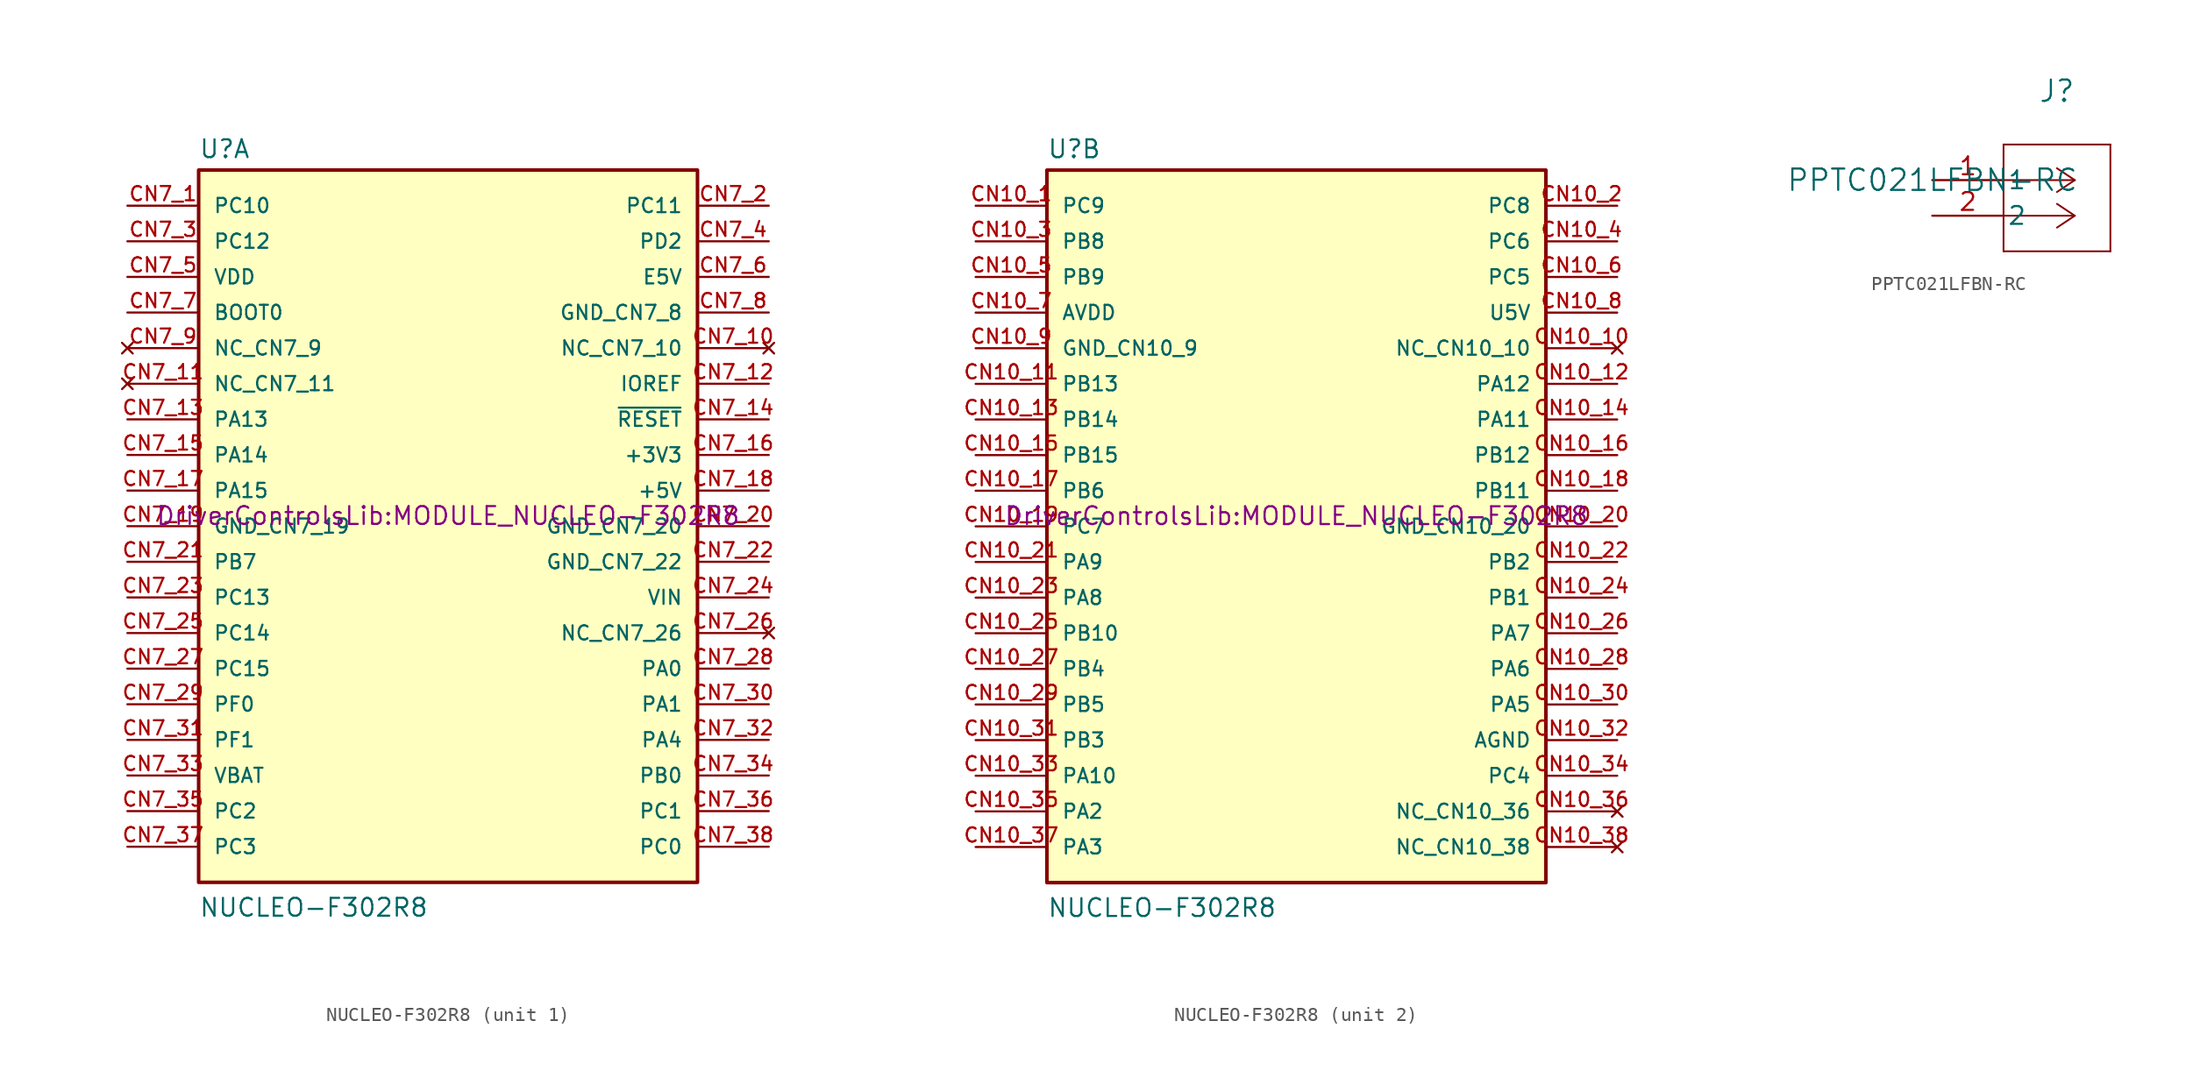
<source format=kicad_sym>
(kicad_symbol_lib
  (version 20241209)
  (generator "kicad_symbol_editor")
  (generator_version "9.0")
  (symbol "NUCLEO-F302R8"
    (pin_names
      (offset 1.016))
    (property "Reference" "U"
      (at -17.78 26.162 0)
      (effects (font (size 1.27 1.27)) (justify left bottom)))
    (property "Value" "NUCLEO-F302R8"
      (at -17.78 -27.94 0)
      (effects (font (size 1.27 1.27)) (justify left bottom)))
    (property "Footprint" "DriverControlsLib:MODULE_NUCLEO-F302R8"
      (at 0 0 0)
      (effects (font (size 1.27 1.27)) (justify bottom)))
    (symbol "NUCLEO-F302R8_1_0"
      (rectangle (start -17.78 -25.4) (end 17.78 25.4) (stroke (width 0.254) (type default)) (fill (type background)))
      (pin bidirectional line (at -22.86 22.86 0) (length 5.08) (name "PC10" (effects (font (size 1.016 1.016)))) (number "CN7_1" (effects (font (size 1.016 1.016)))))
      (pin bidirectional line (at -22.86 20.32 0) (length 5.08) (name "PC12" (effects (font (size 1.016 1.016)))) (number "CN7_3" (effects (font (size 1.016 1.016)))))
      (pin power_in line (at -22.86 17.78 0) (length 5.08) (name "VDD" (effects (font (size 1.016 1.016)))) (number "CN7_5" (effects (font (size 1.016 1.016)))))
      (pin input line (at -22.86 15.24 0) (length 5.08) (name "BOOT0" (effects (font (size 1.016 1.016)))) (number "CN7_7" (effects (font (size 1.016 1.016)))))
      (pin no_connect line (at -22.86 12.7 0) (length 5.08) (name "NC_CN7_9" (effects (font (size 1.016 1.016)))) (number "CN7_9" (effects (font (size 1.016 1.016)))))
      (pin no_connect line (at -22.86 10.16 0) (length 5.08) (name "NC_CN7_11" (effects (font (size 1.016 1.016)))) (number "CN7_11" (effects (font (size 1.016 1.016)))))
      (pin bidirectional line (at -22.86 7.62 0) (length 5.08) (name "PA13" (effects (font (size 1.016 1.016)))) (number "CN7_13" (effects (font (size 1.016 1.016)))))
      (pin bidirectional line (at -22.86 5.08 0) (length 5.08) (name "PA14" (effects (font (size 1.016 1.016)))) (number "CN7_15" (effects (font (size 1.016 1.016)))))
      (pin bidirectional line (at -22.86 2.54 0) (length 5.08) (name "PA15" (effects (font (size 1.016 1.016)))) (number "CN7_17" (effects (font (size 1.016 1.016)))))
      (pin power_in line (at -22.86 0 0) (length 5.08) (name "GND_CN7_19" (effects (font (size 1.016 1.016)))) (number "CN7_19" (effects (font (size 1.016 1.016)))))
      (pin bidirectional line (at -22.86 -2.54 0) (length 5.08) (name "PB7" (effects (font (size 1.016 1.016)))) (number "CN7_21" (effects (font (size 1.016 1.016)))))
      (pin bidirectional line (at -22.86 -5.08 0) (length 5.08) (name "PC13" (effects (font (size 1.016 1.016)))) (number "CN7_23" (effects (font (size 1.016 1.016)))))
      (pin bidirectional line (at -22.86 -7.62 0) (length 5.08) (name "PC14" (effects (font (size 1.016 1.016)))) (number "CN7_25" (effects (font (size 1.016 1.016)))))
      (pin bidirectional line (at -22.86 -10.16 0) (length 5.08) (name "PC15" (effects (font (size 1.016 1.016)))) (number "CN7_27" (effects (font (size 1.016 1.016)))))
      (pin bidirectional line (at -22.86 -12.7 0) (length 5.08) (name "PF0" (effects (font (size 1.016 1.016)))) (number "CN7_29" (effects (font (size 1.016 1.016)))))
      (pin bidirectional line (at -22.86 -15.24 0) (length 5.08) (name "PF1" (effects (font (size 1.016 1.016)))) (number "CN7_31" (effects (font (size 1.016 1.016)))))
      (pin power_in line (at -22.86 -17.78 0) (length 5.08) (name "VBAT" (effects (font (size 1.016 1.016)))) (number "CN7_33" (effects (font (size 1.016 1.016)))))
      (pin bidirectional line (at -22.86 -20.32 0) (length 5.08) (name "PC2" (effects (font (size 1.016 1.016)))) (number "CN7_35" (effects (font (size 1.016 1.016)))))
      (pin bidirectional line (at -22.86 -22.86 0) (length 5.08) (name "PC3" (effects (font (size 1.016 1.016)))) (number "CN7_37" (effects (font (size 1.016 1.016)))))
      (pin bidirectional line (at 22.86 22.86 180) (length 5.08) (name "PC11" (effects (font (size 1.016 1.016)))) (number "CN7_2" (effects (font (size 1.016 1.016)))))
      (pin bidirectional line (at 22.86 20.32 180) (length 5.08) (name "PD2" (effects (font (size 1.016 1.016)))) (number "CN7_4" (effects (font (size 1.016 1.016)))))
      (pin power_in line (at 22.86 17.78 180) (length 5.08) (name "E5V" (effects (font (size 1.016 1.016)))) (number "CN7_6" (effects (font (size 1.016 1.016)))))
      (pin power_in line (at 22.86 15.24 180) (length 5.08) (name "GND_CN7_8" (effects (font (size 1.016 1.016)))) (number "CN7_8" (effects (font (size 1.016 1.016)))))
      (pin no_connect line (at 22.86 12.7 180) (length 5.08) (name "NC_CN7_10" (effects (font (size 1.016 1.016)))) (number "CN7_10" (effects (font (size 1.016 1.016)))))
      (pin input line (at 22.86 10.16 180) (length 5.08) (name "IOREF" (effects (font (size 1.016 1.016)))) (number "CN7_12" (effects (font (size 1.016 1.016)))))
      (pin bidirectional line (at 22.86 7.62 180) (length 5.08) (name "~{RESET}" (effects (font (size 1.016 1.016)))) (number "CN7_14" (effects (font (size 1.016 1.016)))))
      (pin power_in line (at 22.86 5.08 180) (length 5.08) (name "+3V3" (effects (font (size 1.016 1.016)))) (number "CN7_16" (effects (font (size 1.016 1.016)))))
      (pin power_in line (at 22.86 2.54 180) (length 5.08) (name "+5V" (effects (font (size 1.016 1.016)))) (number "CN7_18" (effects (font (size 1.016 1.016)))))
      (pin power_in line (at 22.86 0 180) (length 5.08) (name "GND_CN7_20" (effects (font (size 1.016 1.016)))) (number "CN7_20" (effects (font (size 1.016 1.016)))))
      (pin power_in line (at 22.86 -2.54 180) (length 5.08) (name "GND_CN7_22" (effects (font (size 1.016 1.016)))) (number "CN7_22" (effects (font (size 1.016 1.016)))))
      (pin power_in line (at 22.86 -5.08 180) (length 5.08) (name "VIN" (effects (font (size 1.016 1.016)))) (number "CN7_24" (effects (font (size 1.016 1.016)))))
      (pin no_connect line (at 22.86 -7.62 180) (length 5.08) (name "NC_CN7_26" (effects (font (size 1.016 1.016)))) (number "CN7_26" (effects (font (size 1.016 1.016)))))
      (pin bidirectional line (at 22.86 -10.16 180) (length 5.08) (name "PA0" (effects (font (size 1.016 1.016)))) (number "CN7_28" (effects (font (size 1.016 1.016)))))
      (pin bidirectional line (at 22.86 -12.7 180) (length 5.08) (name "PA1" (effects (font (size 1.016 1.016)))) (number "CN7_30" (effects (font (size 1.016 1.016)))))
      (pin bidirectional line (at 22.86 -15.24 180) (length 5.08) (name "PA4" (effects (font (size 1.016 1.016)))) (number "CN7_32" (effects (font (size 1.016 1.016)))))
      (pin bidirectional line (at 22.86 -17.78 180) (length 5.08) (name "PB0" (effects (font (size 1.016 1.016)))) (number "CN7_34" (effects (font (size 1.016 1.016)))))
      (pin bidirectional line (at 22.86 -20.32 180) (length 5.08) (name "PC1" (effects (font (size 1.016 1.016)))) (number "CN7_36" (effects (font (size 1.016 1.016)))))
      (pin bidirectional line (at 22.86 -22.86 180) (length 5.08) (name "PC0" (effects (font (size 1.016 1.016)))) (number "CN7_38" (effects (font (size 1.016 1.016))))))
    (symbol "NUCLEO-F302R8_2_0"
      (rectangle (start -17.78 -25.4) (end 17.78 25.4) (stroke (width 0.254) (type default)) (fill (type background)))
      (pin bidirectional line (at -22.86 22.86 0) (length 5.08) (name "PC9" (effects (font (size 1.016 1.016)))) (number "CN10_1" (effects (font (size 1.016 1.016)))))
      (pin bidirectional line (at -22.86 20.32 0) (length 5.08) (name "PB8" (effects (font (size 1.016 1.016)))) (number "CN10_3" (effects (font (size 1.016 1.016)))))
      (pin bidirectional line (at -22.86 17.78 0) (length 5.08) (name "PB9" (effects (font (size 1.016 1.016)))) (number "CN10_5" (effects (font (size 1.016 1.016)))))
      (pin power_in line (at -22.86 15.24 0) (length 5.08) (name "AVDD" (effects (font (size 1.016 1.016)))) (number "CN10_7" (effects (font (size 1.016 1.016)))))
      (pin power_in line (at -22.86 12.7 0) (length 5.08) (name "GND_CN10_9" (effects (font (size 1.016 1.016)))) (number "CN10_9" (effects (font (size 1.016 1.016)))))
      (pin bidirectional line (at -22.86 10.16 0) (length 5.08) (name "PB13" (effects (font (size 1.016 1.016)))) (number "CN10_11" (effects (font (size 1.016 1.016)))))
      (pin bidirectional line (at -22.86 7.62 0) (length 5.08) (name "PB14" (effects (font (size 1.016 1.016)))) (number "CN10_13" (effects (font (size 1.016 1.016)))))
      (pin bidirectional line (at -22.86 5.08 0) (length 5.08) (name "PB15" (effects (font (size 1.016 1.016)))) (number "CN10_15" (effects (font (size 1.016 1.016)))))
      (pin bidirectional line (at -22.86 2.54 0) (length 5.08) (name "PB6" (effects (font (size 1.016 1.016)))) (number "CN10_17" (effects (font (size 1.016 1.016)))))
      (pin bidirectional line (at -22.86 0 0) (length 5.08) (name "PC7" (effects (font (size 1.016 1.016)))) (number "CN10_19" (effects (font (size 1.016 1.016)))))
      (pin bidirectional line (at -22.86 -2.54 0) (length 5.08) (name "PA9" (effects (font (size 1.016 1.016)))) (number "CN10_21" (effects (font (size 1.016 1.016)))))
      (pin bidirectional line (at -22.86 -5.08 0) (length 5.08) (name "PA8" (effects (font (size 1.016 1.016)))) (number "CN10_23" (effects (font (size 1.016 1.016)))))
      (pin bidirectional line (at -22.86 -7.62 0) (length 5.08) (name "PB10" (effects (font (size 1.016 1.016)))) (number "CN10_25" (effects (font (size 1.016 1.016)))))
      (pin bidirectional line (at -22.86 -10.16 0) (length 5.08) (name "PB4" (effects (font (size 1.016 1.016)))) (number "CN10_27" (effects (font (size 1.016 1.016)))))
      (pin bidirectional line (at -22.86 -12.7 0) (length 5.08) (name "PB5" (effects (font (size 1.016 1.016)))) (number "CN10_29" (effects (font (size 1.016 1.016)))))
      (pin bidirectional line (at -22.86 -15.24 0) (length 5.08) (name "PB3" (effects (font (size 1.016 1.016)))) (number "CN10_31" (effects (font (size 1.016 1.016)))))
      (pin bidirectional line (at -22.86 -17.78 0) (length 5.08) (name "PA10" (effects (font (size 1.016 1.016)))) (number "CN10_33" (effects (font (size 1.016 1.016)))))
      (pin bidirectional line (at -22.86 -20.32 0) (length 5.08) (name "PA2" (effects (font (size 1.016 1.016)))) (number "CN10_35" (effects (font (size 1.016 1.016)))))
      (pin bidirectional line (at -22.86 -22.86 0) (length 5.08) (name "PA3" (effects (font (size 1.016 1.016)))) (number "CN10_37" (effects (font (size 1.016 1.016)))))
      (pin bidirectional line (at 22.86 22.86 180) (length 5.08) (name "PC8" (effects (font (size 1.016 1.016)))) (number "CN10_2" (effects (font (size 1.016 1.016)))))
      (pin bidirectional line (at 22.86 20.32 180) (length 5.08) (name "PC6" (effects (font (size 1.016 1.016)))) (number "CN10_4" (effects (font (size 1.016 1.016)))))
      (pin bidirectional line (at 22.86 17.78 180) (length 5.08) (name "PC5" (effects (font (size 1.016 1.016)))) (number "CN10_6" (effects (font (size 1.016 1.016)))))
      (pin power_in line (at 22.86 15.24 180) (length 5.08) (name "U5V" (effects (font (size 1.016 1.016)))) (number "CN10_8" (effects (font (size 1.016 1.016)))))
      (pin no_connect line (at 22.86 12.7 180) (length 5.08) (name "NC_CN10_10" (effects (font (size 1.016 1.016)))) (number "CN10_10" (effects (font (size 1.016 1.016)))))
      (pin bidirectional line (at 22.86 10.16 180) (length 5.08) (name "PA12" (effects (font (size 1.016 1.016)))) (number "CN10_12" (effects (font (size 1.016 1.016)))))
      (pin bidirectional line (at 22.86 7.62 180) (length 5.08) (name "PA11" (effects (font (size 1.016 1.016)))) (number "CN10_14" (effects (font (size 1.016 1.016)))))
      (pin bidirectional line (at 22.86 5.08 180) (length 5.08) (name "PB12" (effects (font (size 1.016 1.016)))) (number "CN10_16" (effects (font (size 1.016 1.016)))))
      (pin bidirectional line (at 22.86 2.54 180) (length 5.08) (name "PB11" (effects (font (size 1.016 1.016)))) (number "CN10_18" (effects (font (size 1.016 1.016)))))
      (pin power_in line (at 22.86 0 180) (length 5.08) (name "GND_CN10_20" (effects (font (size 1.016 1.016)))) (number "CN10_20" (effects (font (size 1.016 1.016)))))
      (pin bidirectional line (at 22.86 -2.54 180) (length 5.08) (name "PB2" (effects (font (size 1.016 1.016)))) (number "CN10_22" (effects (font (size 1.016 1.016)))))
      (pin bidirectional line (at 22.86 -5.08 180) (length 5.08) (name "PB1" (effects (font (size 1.016 1.016)))) (number "CN10_24" (effects (font (size 1.016 1.016)))))
      (pin bidirectional line (at 22.86 -7.62 180) (length 5.08) (name "PA7" (effects (font (size 1.016 1.016)))) (number "CN10_26" (effects (font (size 1.016 1.016)))))
      (pin bidirectional line (at 22.86 -10.16 180) (length 5.08) (name "PA6" (effects (font (size 1.016 1.016)))) (number "CN10_28" (effects (font (size 1.016 1.016)))))
      (pin bidirectional line (at 22.86 -12.7 180) (length 5.08) (name "PA5" (effects (font (size 1.016 1.016)))) (number "CN10_30" (effects (font (size 1.016 1.016)))))
      (pin power_in line (at 22.86 -15.24 180) (length 5.08) (name "AGND" (effects (font (size 1.016 1.016)))) (number "CN10_32" (effects (font (size 1.016 1.016)))))
      (pin bidirectional line (at 22.86 -17.78 180) (length 5.08) (name "PC4" (effects (font (size 1.016 1.016)))) (number "CN10_34" (effects (font (size 1.016 1.016)))))
      (pin no_connect line (at 22.86 -20.32 180) (length 5.08) (name "NC_CN10_36" (effects (font (size 1.016 1.016)))) (number "CN10_36" (effects (font (size 1.016 1.016)))))
      (pin no_connect line (at 22.86 -22.86 180) (length 5.08) (name "NC_CN10_38" (effects (font (size 1.016 1.016)))) (number "CN10_38" (effects (font (size 1.016 1.016)))))))
  (symbol "PPTC021LFBN-RC"
    (pin_names
      (offset 0.254))
    (property "Reference" "J"
      (at 8.89 6.35 0)
      (effects (font (size 1.524 1.524))))
    (property "Value" "PPTC021LFBN-RC"
      (at 0 0 0)
      (effects (font (size 1.524 1.524))))
    (symbol "PPTC021LFBN-RC_0_1"
      (polyline (pts (xy 5.08 2.54) (xy 5.08 -5.08)) (stroke (width 0.127) (type default)) (fill (type none)))
      (polyline (pts (xy 5.08 -5.08) (xy 12.7 -5.08)) (stroke (width 0.127) (type default)) (fill (type none)))
      (polyline (pts (xy 10.16 0) (xy 5.08 0)) (stroke (width 0.127) (type default)) (fill (type none)))
      (polyline (pts (xy 10.16 0) (xy 8.89 0.847)) (stroke (width 0.127) (type default)) (fill (type none)))
      (polyline (pts (xy 10.16 0) (xy 8.89 -0.847)) (stroke (width 0.127) (type default)) (fill (type none)))
      (polyline (pts (xy 10.16 -2.54) (xy 5.08 -2.54)) (stroke (width 0.127) (type default)) (fill (type none)))
      (polyline (pts (xy 10.16 -2.54) (xy 8.89 -1.693)) (stroke (width 0.127) (type default)) (fill (type none)))
      (polyline (pts (xy 10.16 -2.54) (xy 8.89 -3.387)) (stroke (width 0.127) (type default)) (fill (type none)))
      (polyline (pts (xy 12.7 2.54) (xy 5.08 2.54)) (stroke (width 0.127) (type default)) (fill (type none)))
      (polyline (pts (xy 12.7 -5.08) (xy 12.7 2.54)) (stroke (width 0.127) (type default)) (fill (type none)))
      (pin unspecified line (at 0 0 0) (length 5.08) (name "1" (effects (font (size 1.27 1.27)))) (number "1" (effects (font (size 1.27 1.27)))))
      (pin unspecified line (at 0 -2.54 0) (length 5.08) (name "2" (effects (font (size 1.27 1.27)))) (number "2" (effects (font (size 1.27 1.27))))))))
</source>
